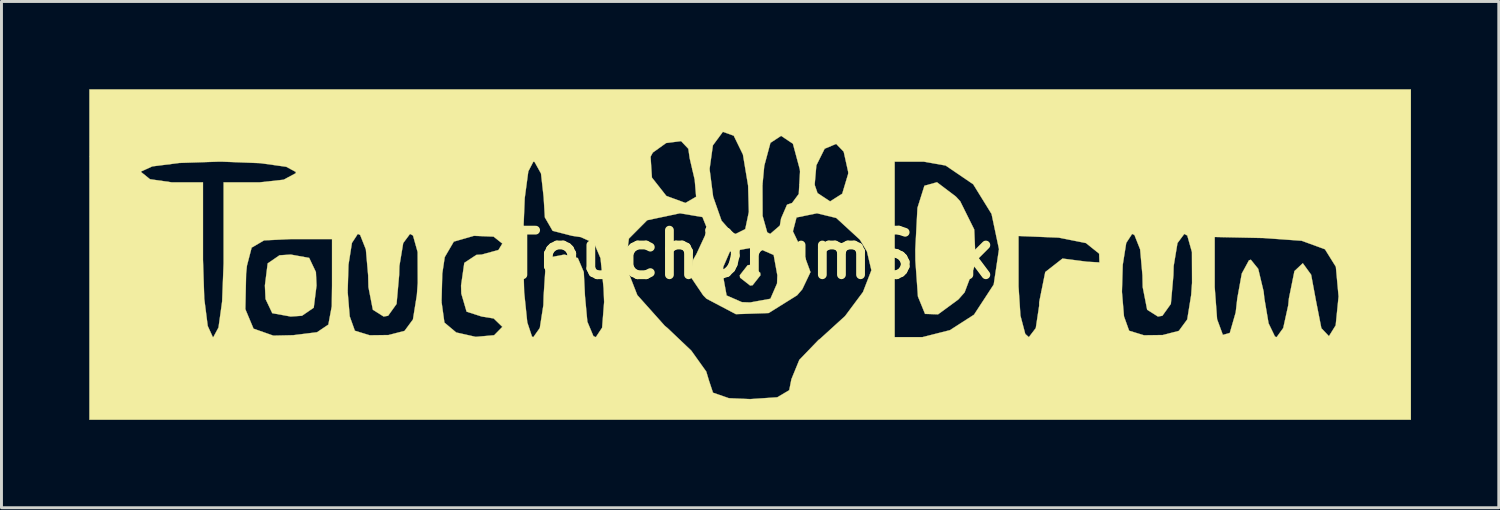
<source format=kicad_pcb>
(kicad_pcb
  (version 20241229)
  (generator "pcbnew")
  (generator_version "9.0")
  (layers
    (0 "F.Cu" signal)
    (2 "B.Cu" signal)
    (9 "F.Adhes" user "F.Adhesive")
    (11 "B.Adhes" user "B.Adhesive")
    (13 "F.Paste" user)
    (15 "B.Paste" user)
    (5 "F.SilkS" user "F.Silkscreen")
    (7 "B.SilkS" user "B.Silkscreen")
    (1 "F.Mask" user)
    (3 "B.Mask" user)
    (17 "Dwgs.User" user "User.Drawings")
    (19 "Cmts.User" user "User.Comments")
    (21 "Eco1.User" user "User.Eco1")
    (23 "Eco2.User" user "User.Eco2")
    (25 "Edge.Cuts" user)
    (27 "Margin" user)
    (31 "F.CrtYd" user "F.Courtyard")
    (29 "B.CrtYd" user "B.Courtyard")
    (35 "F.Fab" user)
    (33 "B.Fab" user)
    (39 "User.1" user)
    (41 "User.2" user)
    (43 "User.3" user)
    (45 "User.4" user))
  (footprint "TouchDrumSilk"
    (layer "F.Cu")
    (at 22.583 5.649)
    (property "Reference" "TouchDrumSilk" (at 0 0 0) (layer "F.SilkS") (effects (font (size 1.524 1.524) (thickness 0.3))))
    (attr through_hole)
    (fp_poly (pts (xy 0.343 0.621) (xy 0.353 0.706) (xy 0.084 1.048) (xy 0 1.058) (xy -0.343 0.79) (xy -0.353 0.706) (xy -0.084 0.363) (xy 0 0.353) (xy 0.343 0.621)) (stroke (width 0.01) (type solid)) (fill yes) (layer "F.SilkS"))
    (fp_poly (pts (xy -15.068 0.114) (xy -14.838 0.598) (xy -14.817 1.058) (xy -14.912 1.815) (xy -15.315 2.091) (xy -15.699 2.117) (xy -16.329 2.003) (xy -16.559 1.519) (xy -16.581 1.058) (xy -16.486 0.302) (xy -16.082 0.025) (xy -15.699 0) (xy -15.068 0.114)) (stroke (width 0.01) (type solid)) (fill yes) (layer "F.SilkS"))
    (fp_poly (pts (xy 7.029 -1.983) (xy 7.177 -1.824) (xy 7.658 -0.856) (xy 7.707 0.289) (xy 7.329 1.292) (xy 7.116 1.533) (xy 6.422 2.042) (xy 5.977 2.027) (xy 5.734 1.432) (xy 5.647 0.205) (xy 5.644 -0.176) (xy 5.718 -1.596) (xy 5.956 -2.352) (xy 6.384 -2.471) (xy 7.029 -1.983)) (stroke (width 0.01) (type solid)) (fill yes) (layer "F.SilkS"))
    (fp_poly (pts (xy 22.578 5.644) (xy -22.578 5.644) (xy -22.578 -2.822) (xy -20.814 -2.822) (xy -20.507 -2.575) (xy -19.769 -2.469) (xy -19.756 -2.469) (xy -18.697 -2.469) (xy -18.697 0.176) (xy -18.653 1.51) (xy -18.535 2.439) (xy -18.361 2.82) (xy -18.344 2.822) (xy -18.167 2.494) (xy -18.079 1.867) (xy -17.249 1.867) (xy -16.97 2.532) (xy -16.293 2.77) (xy -15.613 2.755) (xy -14.799 2.654) (xy -14.413 2.394) (xy -14.296 1.768) (xy -14.29 1.272) (xy -13.753 1.272) (xy -13.683 2.111) (xy -13.507 2.603) (xy -12.999 2.758) (xy -12.36 2.75) (xy -11.809 2.608) (xy -11.522 2.218) (xy -11.425 1.615) (xy -10.545 1.615) (xy -10.448 2.313) (xy -10.443 2.327) (xy -10.044 2.662) (xy -9.376 2.812) (xy -8.747 2.756) (xy -8.467 2.471) (xy -8.467 2.469) (xy -8.762 2.183) (xy -9.172 2.117) (xy -9.689 1.95) (xy -9.87 1.332) (xy -9.878 1.058) (xy -9.767 0.284) (xy -9.354 0.011) (xy -9.172 0) (xy -8.599 -0.157) (xy -8.588 -0.176) (xy -7.761 -0.176) (xy -7.722 1.284) (xy -7.615 2.318) (xy -7.454 2.802) (xy -7.408 2.822) (xy -7.187 2.509) (xy -7.065 1.727) (xy -7.056 1.411) (xy -6.996 0.488) (xy -6.757 0.08) (xy -6.35 0) (xy -5.888 0.118) (xy -5.684 0.597) (xy -5.644 1.411) (xy -5.562 2.295) (xy -5.356 2.786) (xy -5.272 2.822) (xy -5.058 2.499) (xy -4.989 1.622) (xy -5.008 1.147) (xy -5.089 0.349) (xy -4.26 0.349) (xy -3.856 1.384) (xy -2.917 2.434) (xy -2.822 2.512) (xy -2.009 3.284) (xy -1.499 3.998) (xy -1.411 4.292) (xy -1.269 4.72) (xy -0.725 4.908) (xy 0 4.939) (xy 0.927 4.877) (xy 1.336 4.635) (xy 1.411 4.257) (xy 1.681 3.598) (xy 2.335 2.919) (xy 2.394 2.876) (xy 3.243 2.103) (xy 3.856 1.28) (xy 4.144 0.536) (xy 3.992 -0.107) (xy 3.747 -0.513) (xy 2.943 -1.251) (xy 2.285 -1.411) (xy 1.585 -1.268) (xy 1.462 -0.795) (xy 1.836 -0.015) (xy 2.062 0.599) (xy 1.781 1.188) (xy 1.605 1.391) (xy 0.635 1.997) (xy -0.487 2.036) (xy -1.493 1.506) (xy -1.605 1.391) (xy -2.038 0.75) (xy -2.03 0.706) (xy -0.93 0.706) (xy -0.804 1.398) (xy -0.281 1.626) (xy 0 1.636) (xy 0.693 1.51) (xy 0.92 0.987) (xy 0.93 0.706) (xy 0.804 0.013) (xy 0.281 -0.214) (xy 0 -0.224) (xy -0.693 -0.099) (xy -0.92 0.424) (xy -0.93 0.706) (xy -2.03 0.706) (xy -1.947 0.177) (xy -1.836 -0.015) (xy -1.452 -0.843) (xy -1.629 -1.282) (xy -2.397 -1.411) (xy -2.399 -1.411) (xy -3.518 -1.174) (xy -4.143 -0.545) (xy -4.26 0.349) (xy -5.089 0.349) (xy -5.112 0.124) (xy -5.332 -0.391) (xy -5.787 -0.597) (xy -6.085 -0.641) (xy -6.749 -0.812) (xy -7.014 -1.27) (xy -7.056 -1.964) (xy -7.146 -2.77) (xy -7.367 -3.167) (xy -7.408 -3.175) (xy -7.58 -2.843) (xy -7.702 -1.931) (xy -7.759 -0.563) (xy -7.761 -0.176) (xy -8.588 -0.176) (xy -8.467 -0.376) (xy -8.766 -0.613) (xy -9.437 -0.641) (xy -10.126 -0.443) (xy -10.436 0.088) (xy -10.52 0.651) (xy -10.545 1.615) (xy -11.425 1.615) (xy -11.388 1.384) (xy -11.358 0.97) (xy -11.362 -0.088) (xy -11.52 -0.651) (xy -11.622 -0.706) (xy -11.855 -0.393) (xy -11.985 0.389) (xy -11.994 0.706) (xy -12.082 1.687) (xy -12.371 2.091) (xy -12.524 2.117) (xy -12.892 1.884) (xy -13.043 1.111) (xy -13.053 0.706) (xy -13.131 -0.178) (xy -13.326 -0.67) (xy -13.406 -0.706) (xy -13.607 -0.398) (xy -13.725 0.348) (xy -13.753 1.272) (xy -14.29 1.272) (xy -14.287 1.058) (xy -14.287 -0.529) (xy -15.699 -0.529) (xy -16.609 -0.485) (xy -17.034 -0.238) (xy -17.195 0.381) (xy -17.223 0.651) (xy -17.249 1.867) (xy -18.079 1.867) (xy -18.043 1.605) (xy -17.992 0.3) (xy -17.992 0.176) (xy -17.992 -2.469) (xy -16.757 -2.469) (xy -15.941 -2.558) (xy -15.533 -2.776) (xy -15.522 -2.822) (xy -15.851 -3) (xy -16.739 -3.124) (xy -18.044 -3.175) (xy -18.168 -3.175) (xy -19.501 -3.131) (xy -20.43 -3.013) (xy -20.811 -2.839) (xy -20.814 -2.822) (xy -22.578 -2.822) (xy -22.578 -3.347) (xy -3.402 -3.347) (xy -3.356 -2.631) (xy -2.863 -2.004) (xy -2.209 -1.764) (xy -1.845 -1.976) (xy -1.894 -2.558) (xy -1.979 -2.921) (xy -1.386 -2.921) (xy -1.264 -1.977) (xy -0.976 -1.157) (xy -0.589 -0.723) (xy -0.494 -0.706) (xy -0.167 -0.869) (xy -0.044 -1.456) (xy -0.069 -2.354) (xy -0.073 -2.381) (xy 0.422 -2.381) (xy 0.426 -1.323) (xy 0.584 -0.76) (xy 0.686 -0.706) (xy 1.016 -0.991) (xy 1.058 -1.235) (xy 1.261 -1.704) (xy 1.433 -1.764) (xy 1.662 -2.071) (xy 1.68 -2.385) (xy 2.205 -2.385) (xy 2.303 -2.101) (xy 2.733 -1.817) (xy 3.147 -2.08) (xy 3.35 -2.757) (xy 3.351 -2.822) (xy 3.273 -3.175) (xy 4.939 -3.175) (xy 4.939 2.822) (xy 5.886 2.822) (xy 6.828 2.583) (xy 7.65 2.055) (xy 8.278 1.094) (xy 9.172 1.094) (xy 9.237 2.088) (xy 9.402 2.713) (xy 9.525 2.822) (xy 9.761 2.513) (xy 9.876 1.755) (xy 9.878 1.625) (xy 9.949 1.272) (xy 12.705 1.272) (xy 12.775 2.111) (xy 12.951 2.603) (xy 13.459 2.758) (xy 14.098 2.75) (xy 14.649 2.608) (xy 14.936 2.218) (xy 15.071 1.384) (xy 15.09 1.111) (xy 15.875 1.111) (xy 15.957 2.21) (xy 16.154 2.745) (xy 16.391 2.679) (xy 16.593 1.975) (xy 16.647 1.499) (xy 16.801 0.648) (xy 17.045 0.198) (xy 17.11 0.176) (xy 17.362 0.488) (xy 17.547 1.262) (xy 17.572 1.499) (xy 17.716 2.35) (xy 17.934 2.801) (xy 17.992 2.822) (xy 18.217 2.51) (xy 18.387 1.737) (xy 18.411 1.499) (xy 18.6 0.564) (xy 18.886 0.296) (xy 19.17 0.688) (xy 19.336 1.58) (xy 19.52 2.516) (xy 19.779 2.789) (xy 20.009 2.419) (xy 20.108 1.432) (xy 20.015 0.416) (xy 19.642 -0.182) (xy 18.847 -0.472) (xy 17.551 -0.565) (xy 15.875 -0.601) (xy 15.875 1.111) (xy 15.09 1.111) (xy 15.101 0.97) (xy 15.097 -0.088) (xy 14.938 -0.651) (xy 14.836 -0.706) (xy 14.603 -0.393) (xy 14.473 0.389) (xy 14.464 0.706) (xy 14.377 1.687) (xy 14.087 2.091) (xy 13.935 2.117) (xy 13.567 1.884) (xy 13.415 1.111) (xy 13.406 0.706) (xy 13.327 -0.178) (xy 13.132 -0.67) (xy 13.053 -0.706) (xy 12.852 -0.398) (xy 12.733 0.348) (xy 12.705 1.272) (xy 9.949 1.272) (xy 10.085 0.597) (xy 10.675 0.136) (xy 11.513 0.244) (xy 11.936 0.268) (xy 11.926 -0.032) (xy 11.474 -0.394) (xy 10.55 -0.578) (xy 10.466 -0.582) (xy 9.172 -0.635) (xy 9.172 1.094) (xy 8.278 1.094) (xy 8.324 1.023) (xy 8.504 -0.186) (xy 8.25 -1.388) (xy 7.623 -2.402) (xy 6.681 -3.043) (xy 5.936 -3.175) (xy 4.939 -3.175) (xy 3.273 -3.175) (xy 3.197 -3.516) (xy 2.94 -3.782) (xy 2.546 -3.617) (xy 2.263 -3.05) (xy 2.205 -2.385) (xy 1.68 -2.385) (xy 1.705 -2.832) (xy 1.698 -2.91) (xy 1.462 -3.788) (xy 1.058 -4.057) (xy 0.694 -3.818) (xy 0.483 -3.033) (xy 0.422 -2.381) (xy -0.073 -2.381) (xy -0.246 -3.418) (xy -0.56 -4.062) (xy -0.931 -4.195) (xy -1.273 -3.731) (xy -1.386 -2.921) (xy -1.979 -2.921) (xy -2.065 -3.29) (xy -2.112 -3.616) (xy -2.359 -3.877) (xy -2.87 -3.812) (xy -3.324 -3.487) (xy -3.402 -3.347) (xy -22.578 -3.347) (xy -22.578 -5.644) (xy 22.578 -5.644) (xy 22.578 5.644)) (stroke (width 0.01) (type solid)) (fill yes) (layer "F.SilkS")))
  (gr_rect
    (start -3 -3)
    (end 48.166 14.299)
    (stroke (width 0.1) (type default))
    (fill no)
    (layer "Edge.Cuts")))
</source>
